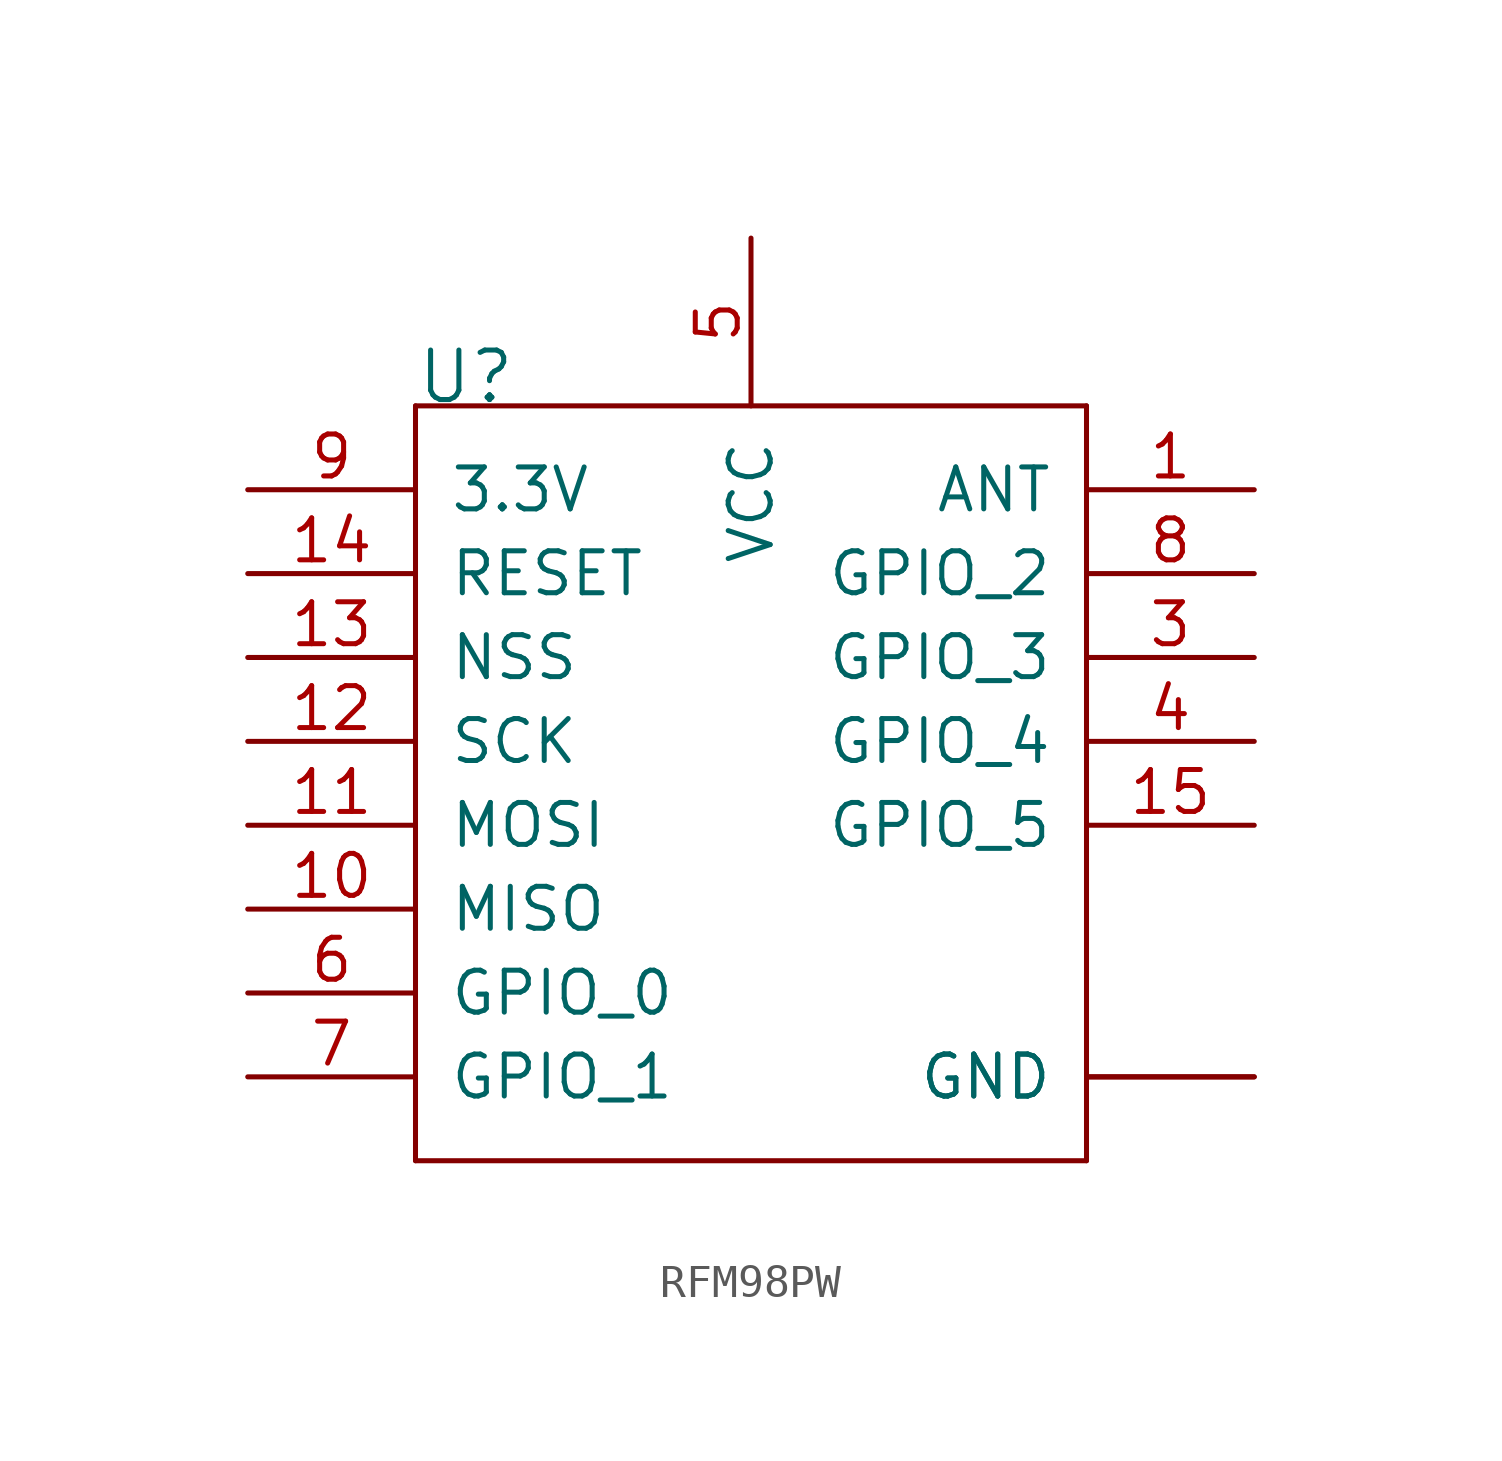
<source format=kicad_sym>
(kicad_symbol_lib
  (version 20220914)
  (generator kicad_symbol_editor)
  (symbol "RFM98PW"
    (pin_names
      (offset 1.016))
    (property "Reference" "U"
      (at -7.62 10.16 0)
      (effects (font (size 1.499 1.499)) (justify left bottom)))
    (symbol "RFM98PW_0_0"
      (pin bidirectional line (at 17.78 -10.16 180) (length 5.08) hide (name "GND" (effects (font (size 1.27 1.27)))) (number "17" (effects (font (size 1.27 1.27)))))
      (pin bidirectional line (at 2.54 15.24 270) (length 5.08) (name "VCC" (effects (font (size 1.27 1.27)))) (number "5" (effects (font (size 1.27 1.27))))))
    (symbol "RFM98PW_1_0"
      (polyline (pts (xy -7.62 -12.7) (xy -7.62 10.16)) (stroke (width 0) (type default)) (fill (type none)))
      (polyline (pts (xy -7.62 10.16) (xy 12.7 10.16)) (stroke (width 0) (type default)) (fill (type none)))
      (polyline (pts (xy 12.7 -12.7) (xy -7.62 -12.7)) (stroke (width 0) (type default)) (fill (type none)))
      (polyline (pts (xy 12.7 10.16) (xy 12.7 -12.7)) (stroke (width 0) (type default)) (fill (type none)))
      (pin bidirectional line (at 17.78 7.62 180) (length 5.08) (name "ANT" (effects (font (size 1.27 1.27)))) (number "1" (effects (font (size 1.27 1.27)))))
      (pin bidirectional line (at -12.7 -5.08 0) (length 5.08) (name "MISO" (effects (font (size 1.27 1.27)))) (number "10" (effects (font (size 1.27 1.27)))))
      (pin bidirectional line (at -12.7 -2.54 0) (length 5.08) (name "MOSI" (effects (font (size 1.27 1.27)))) (number "11" (effects (font (size 1.27 1.27)))))
      (pin bidirectional line (at -12.7 0 0) (length 5.08) (name "SCK" (effects (font (size 1.27 1.27)))) (number "12" (effects (font (size 1.27 1.27)))))
      (pin bidirectional line (at -12.7 2.54 0) (length 5.08) (name "NSS" (effects (font (size 1.27 1.27)))) (number "13" (effects (font (size 1.27 1.27)))))
      (pin bidirectional line (at -12.7 5.08 0) (length 5.08) (name "RESET" (effects (font (size 1.27 1.27)))) (number "14" (effects (font (size 1.27 1.27)))))
      (pin bidirectional line (at 17.78 -2.54 180) (length 5.08) (name "GPIO_5" (effects (font (size 1.27 1.27)))) (number "15" (effects (font (size 1.27 1.27)))))
      (pin bidirectional line (at 17.78 -10.16 180) (length 5.08) (name "GND" (effects (font (size 1.27 1.27)))) (number "16" (effects (font (size 0 0)))))
      (pin bidirectional line (at 17.78 -10.16 180) (length 5.08) (name "GND" (effects (font (size 1.27 1.27)))) (number "2" (effects (font (size 0 0)))))
      (pin bidirectional line (at 17.78 2.54 180) (length 5.08) (name "GPIO_3" (effects (font (size 1.27 1.27)))) (number "3" (effects (font (size 1.27 1.27)))))
      (pin bidirectional line (at 17.78 0 180) (length 5.08) (name "GPIO_4" (effects (font (size 1.27 1.27)))) (number "4" (effects (font (size 1.27 1.27)))))
      (pin bidirectional line (at -12.7 -7.62 0) (length 5.08) (name "GPIO_0" (effects (font (size 1.27 1.27)))) (number "6" (effects (font (size 1.27 1.27)))))
      (pin bidirectional line (at -12.7 -10.16 0) (length 5.08) (name "GPIO_1" (effects (font (size 1.27 1.27)))) (number "7" (effects (font (size 1.27 1.27)))))
      (pin bidirectional line (at 17.78 5.08 180) (length 5.08) (name "GPIO_2" (effects (font (size 1.27 1.27)))) (number "8" (effects (font (size 1.27 1.27)))))
      (pin power_in line (at -12.7 7.62 0) (length 5.08) (name "3.3V" (effects (font (size 1.27 1.27)))) (number "9" (effects (font (size 1.27 1.27))))))))
</source>
